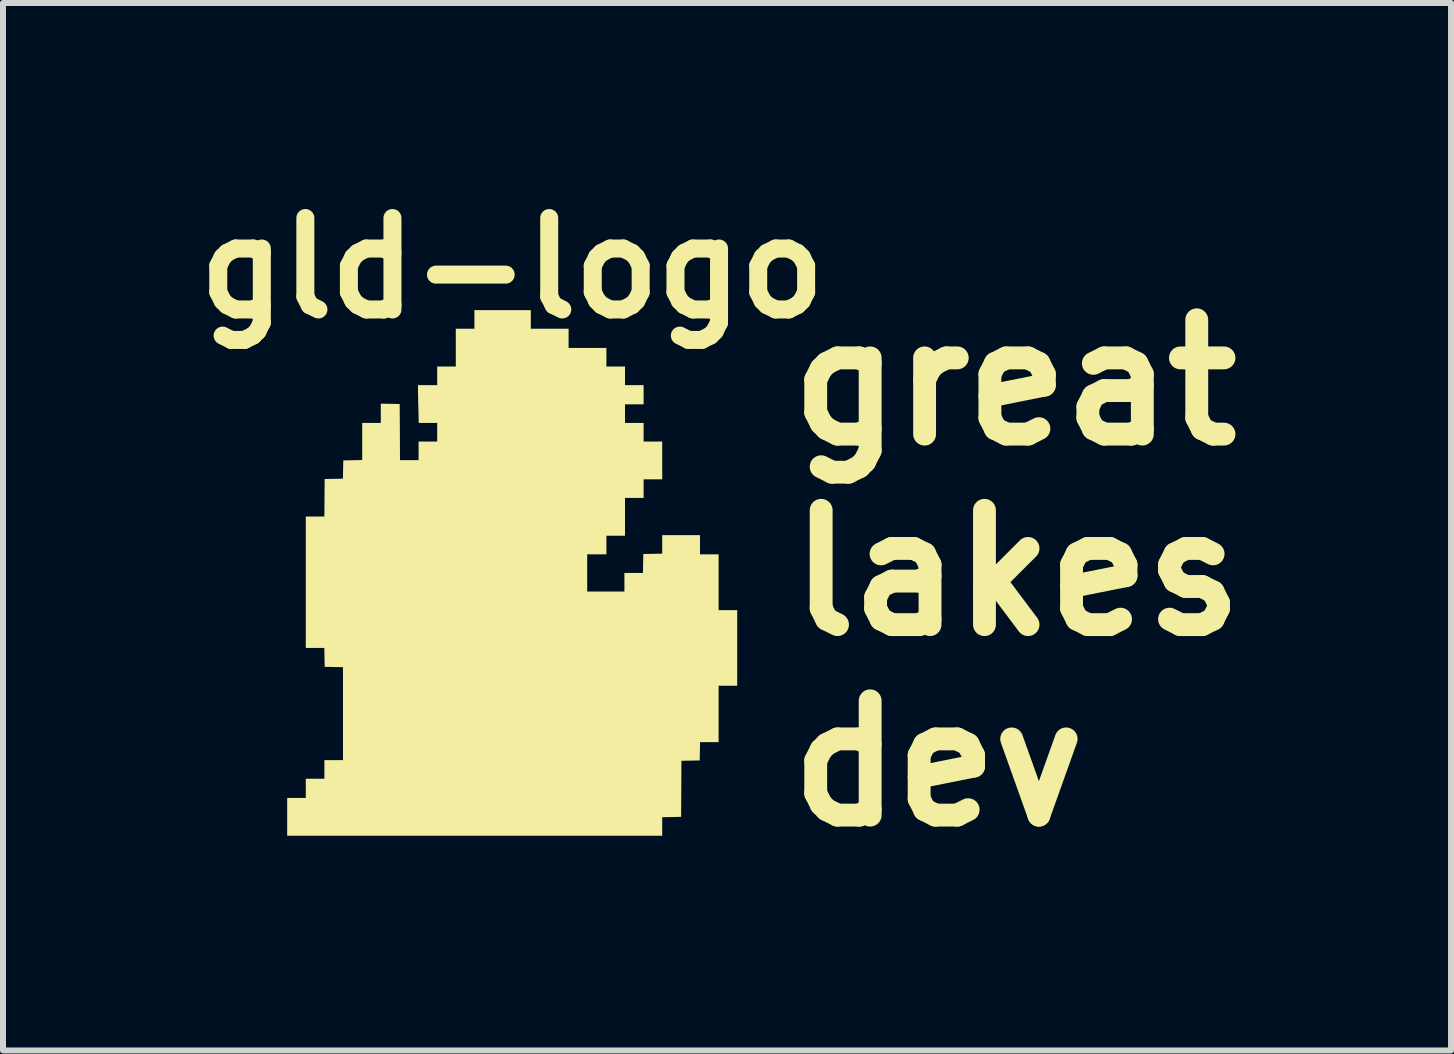
<source format=kicad_pcb>
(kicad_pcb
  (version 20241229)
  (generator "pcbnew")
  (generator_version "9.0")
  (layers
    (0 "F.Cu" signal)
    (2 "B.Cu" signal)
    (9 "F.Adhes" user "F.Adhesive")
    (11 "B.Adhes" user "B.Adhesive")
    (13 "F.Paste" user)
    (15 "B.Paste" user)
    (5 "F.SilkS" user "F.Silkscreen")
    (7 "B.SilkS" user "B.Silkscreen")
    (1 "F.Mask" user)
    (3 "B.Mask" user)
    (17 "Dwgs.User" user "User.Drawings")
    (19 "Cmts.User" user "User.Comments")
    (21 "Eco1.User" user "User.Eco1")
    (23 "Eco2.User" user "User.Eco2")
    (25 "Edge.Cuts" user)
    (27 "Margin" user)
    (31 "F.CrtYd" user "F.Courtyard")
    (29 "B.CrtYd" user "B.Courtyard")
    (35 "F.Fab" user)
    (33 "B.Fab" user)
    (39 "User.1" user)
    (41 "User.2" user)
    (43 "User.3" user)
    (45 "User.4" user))
  (footprint "gld-logo"
    (layer "F.Cu")
    (at 5.486 6.498)
    (property "Reference" "gld-logo" (at 0 -5.08 0) (layer "F.SilkS") (effects (font (size 1.524 1.524) (thickness 0.3))))
    (attr board_only exclude_from_pos_files exclude_from_bom)
    (fp_poly (pts (xy 0.31 -4.07) (xy 0.94 -4.07) (xy 0.94 -3.75) (xy 1.57 -3.75) (xy 1.57 -3.44) (xy 1.88 -3.44) (xy 1.88 -3.13) (xy 2.19 -3.13) (xy 2.19 -2.81) (xy 1.88 -2.81) (xy 1.88 -2.5) (xy 2.19 -2.5) (xy 2.19 -2.19) (xy 2.5 -2.19) (xy 2.5 -1.56) (xy 2.19 -1.56) (xy 2.19 -1.25) (xy 1.88 -1.25) (xy 1.88 -0.62) (xy 1.57 -0.62) (xy 1.57 -0.31) (xy 1.25 -0.31) (xy 1.25 0.31) (xy 1.87 0.31) (xy 1.87 0) (xy 2.179 0) (xy 2.185 -0.315) (xy 2.342 -0.318) (xy 2.5 -0.321) (xy 2.5 -0.475) (xy 2.5 -0.63) (xy 3.13 -0.63) (xy 3.13 -0.31) (xy 3.44 -0.31) (xy 3.44 0.62) (xy 3.75 0.62) (xy 3.75 1.88) (xy 3.44 1.88) (xy 3.44 2.82) (xy 3.131 2.82) (xy 3.125 3.125) (xy 2.973 3.128) (xy 2.82 3.131) (xy 2.818 3.598) (xy 2.815 4.065) (xy 2.658 4.068) (xy 2.5 4.071) (xy 2.5 4.38) (xy -3.75 4.38) (xy -3.75 3.75) (xy -3.44 3.75) (xy -3.44 3.43) (xy -3.13 3.43) (xy -3.13 3.12) (xy -2.82 3.12) (xy -2.82 1.571) (xy -3.125 1.565) (xy -3.131 1.25) (xy -3.44 1.25) (xy -3.44 -0.94) (xy -3.13 -0.94) (xy -3.128 -1.252) (xy -3.125 -1.565) (xy -2.973 -1.568) (xy -2.821 -1.571) (xy -2.818 -1.723) (xy -2.815 -1.875) (xy -2.5 -1.881) (xy -2.5 -2.5) (xy -2.19 -2.5) (xy -2.19 -2.821) (xy -1.875 -2.815) (xy -1.872 -2.348) (xy -1.87 -1.88) (xy -1.715 -1.88) (xy -1.56 -1.88) (xy -1.56 -2.19) (xy -1.25 -2.19) (xy -1.25 -2.5) (xy -1.403 -2.5) (xy -1.557 -2.5) (xy -1.563 -2.733) (xy -1.565 -2.805) (xy -1.567 -2.875) (xy -1.568 -2.94) (xy -1.569 -2.995) (xy -1.57 -3.037) (xy -1.57 -3.047) (xy -1.57 -3.13) (xy -1.25 -3.13) (xy -1.25 -3.44) (xy -0.94 -3.44) (xy -0.94 -4.07) (xy -0.63 -4.07) (xy -0.63 -4.38) (xy 0.31 -4.38)) (stroke (width 0) (type solid)) (fill yes) (layer "F.SilkS"))
    (fp_text user "great" (at 4.445 -3.175 0) (unlocked yes) (layer "F.SilkS") (effects (font (size 1.905 1.905) (thickness 0.381)) (justify left)))
    (fp_text user "dev" (at 4.445 3.175 0) (unlocked yes) (layer "F.SilkS") (effects (font (size 1.905 1.905) (thickness 0.381)) (justify left)))
    (fp_text user "lakes" (at 4.445 0 0) (unlocked yes) (layer "F.SilkS") (effects (font (size 1.905 1.905) (thickness 0.381)) (justify left))))
  (gr_rect
    (start -3 -3)
    (end 21.132 14.456)
    (stroke (width 0.1) (type default))
    (fill no)
    (layer "Edge.Cuts")))
</source>
